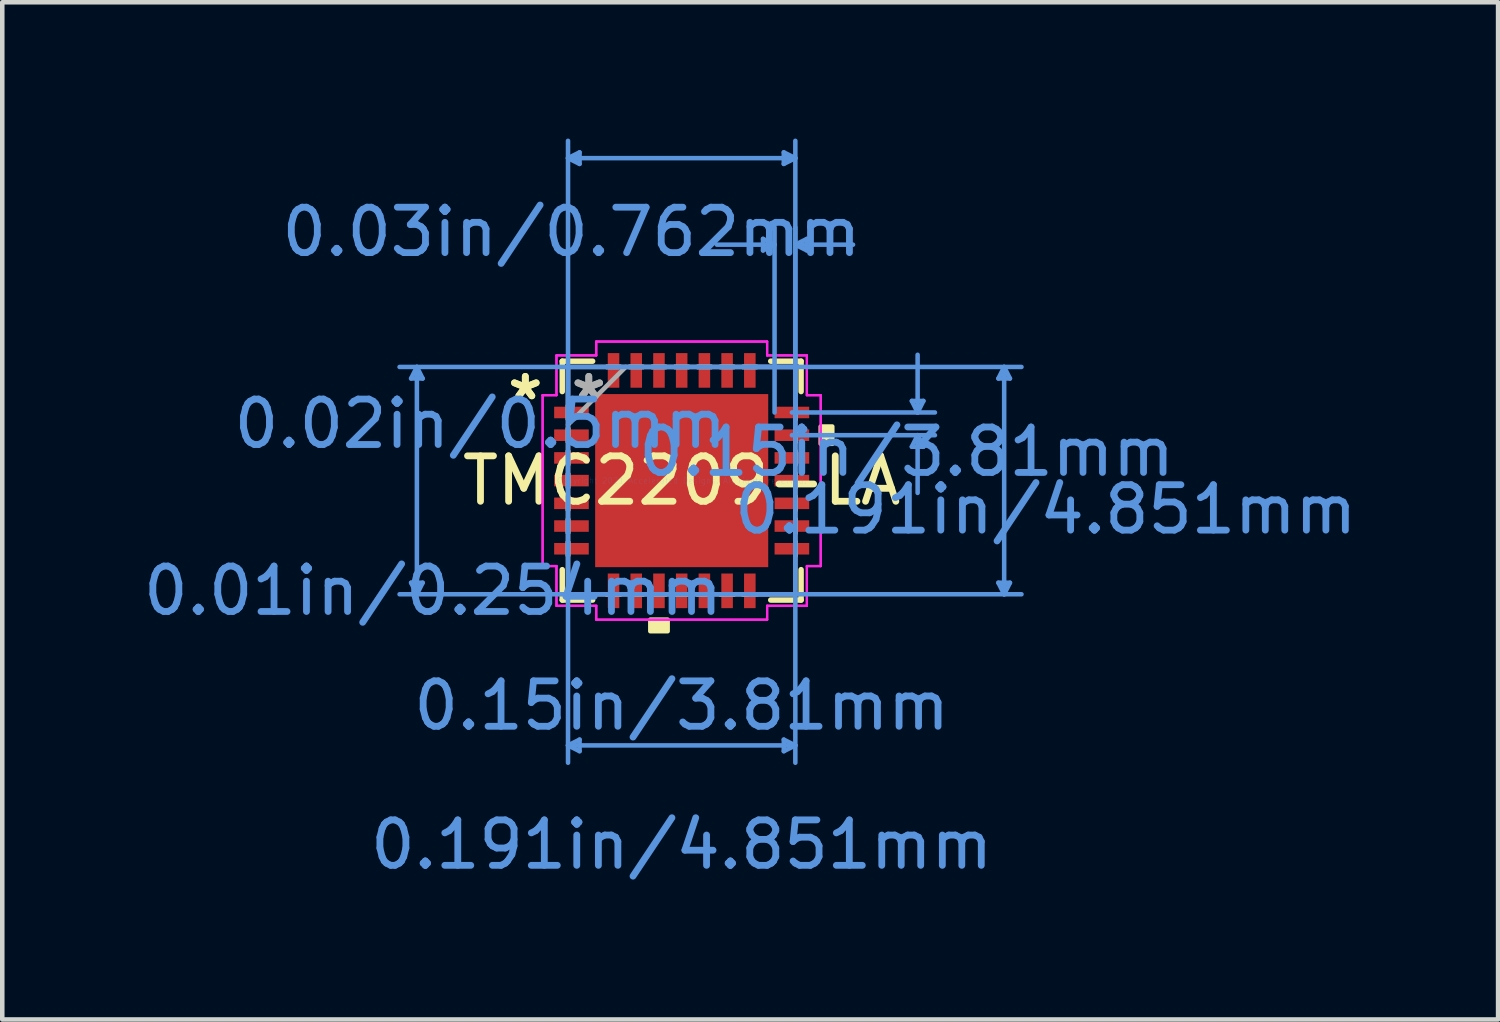
<source format=kicad_pcb>
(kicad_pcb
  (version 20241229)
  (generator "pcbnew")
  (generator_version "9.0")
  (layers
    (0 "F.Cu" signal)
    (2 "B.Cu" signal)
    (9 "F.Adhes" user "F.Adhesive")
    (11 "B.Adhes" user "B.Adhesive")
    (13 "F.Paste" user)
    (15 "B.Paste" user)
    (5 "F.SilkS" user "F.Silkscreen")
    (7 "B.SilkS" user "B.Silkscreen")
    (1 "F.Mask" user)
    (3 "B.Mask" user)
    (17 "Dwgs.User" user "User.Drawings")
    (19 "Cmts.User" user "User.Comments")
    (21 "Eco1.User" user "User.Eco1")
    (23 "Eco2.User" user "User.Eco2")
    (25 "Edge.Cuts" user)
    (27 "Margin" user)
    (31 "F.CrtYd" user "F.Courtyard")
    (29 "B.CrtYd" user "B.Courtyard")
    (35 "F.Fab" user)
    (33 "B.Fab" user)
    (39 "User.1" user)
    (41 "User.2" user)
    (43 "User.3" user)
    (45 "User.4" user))
  (footprint "TMC2209-LA"
    (layer "F.Cu")
    (at 11.956 7.53)
    (property "Reference" "TMC2209-LA" (at 0 0 0) (layer "F.SilkS") (effects (font (size 1 1) (thickness 0.15))))
    (attr through_hole)
    (fp_line (start -2.629 -2.629) (end -2.629 -1.96) (stroke (width 0.12) (type solid)) (layer "F.SilkS"))
    (fp_line (start -2.629 1.96) (end -2.629 2.629) (stroke (width 0.12) (type solid)) (layer "F.SilkS"))
    (fp_line (start -2.629 2.629) (end -1.96 2.629) (stroke (width 0.12) (type solid)) (layer "F.SilkS"))
    (fp_line (start -1.96 -2.629) (end -2.629 -2.629) (stroke (width 0.12) (type solid)) (layer "F.SilkS"))
    (fp_line (start 1.96 2.629) (end 2.629 2.629) (stroke (width 0.12) (type solid)) (layer "F.SilkS"))
    (fp_line (start 2.629 -2.629) (end 1.96 -2.629) (stroke (width 0.12) (type solid)) (layer "F.SilkS"))
    (fp_line (start 2.629 -1.96) (end 2.629 -2.629) (stroke (width 0.12) (type solid)) (layer "F.SilkS"))
    (fp_line (start 2.629 2.629) (end 2.629 1.96) (stroke (width 0.12) (type solid)) (layer "F.SilkS"))
    (fp_poly (pts (xy -0.69 3.061) (xy -0.69 3.315) (xy -0.309 3.315) (xy -0.309 3.061)) (stroke (width 0.1) (type solid)) (fill yes) (layer "F.SilkS"))
    (fp_poly (pts (xy 3.315 -1.191) (xy 3.315 -0.81) (xy 3.061 -0.81) (xy 3.061 -1.191)) (stroke (width 0.1) (type solid)) (fill yes) (layer "F.SilkS"))
    (fp_poly (pts (xy -1.805 -1.805) (xy -1.805 -0.735) (xy -0.735 -0.735) (xy -0.735 -1.805)) (stroke (width 0.1) (type solid)) (fill yes) (layer "F.Paste"))
    (fp_poly (pts (xy -1.805 -0.535) (xy -1.805 0.535) (xy -0.735 0.535) (xy -0.735 -0.535)) (stroke (width 0.1) (type solid)) (fill yes) (layer "F.Paste"))
    (fp_poly (pts (xy -1.805 0.735) (xy -1.805 1.805) (xy -0.735 1.805) (xy -0.735 0.735)) (stroke (width 0.1) (type solid)) (fill yes) (layer "F.Paste"))
    (fp_poly (pts (xy -0.535 -1.805) (xy -0.535 -0.735) (xy 0.535 -0.735) (xy 0.535 -1.805)) (stroke (width 0.1) (type solid)) (fill yes) (layer "F.Paste"))
    (fp_poly (pts (xy -0.535 -0.535) (xy -0.535 0.535) (xy 0.535 0.535) (xy 0.535 -0.535)) (stroke (width 0.1) (type solid)) (fill yes) (layer "F.Paste"))
    (fp_poly (pts (xy -0.535 0.735) (xy -0.535 1.805) (xy 0.535 1.805) (xy 0.535 0.735)) (stroke (width 0.1) (type solid)) (fill yes) (layer "F.Paste"))
    (fp_poly (pts (xy 0.735 -1.805) (xy 0.735 -0.735) (xy 1.805 -0.735) (xy 1.805 -1.805)) (stroke (width 0.1) (type solid)) (fill yes) (layer "F.Paste"))
    (fp_poly (pts (xy 0.735 -0.535) (xy 0.735 0.535) (xy 1.805 0.535) (xy 1.805 -0.535)) (stroke (width 0.1) (type solid)) (fill yes) (layer "F.Paste"))
    (fp_poly (pts (xy 0.735 0.735) (xy 0.735 1.805) (xy 1.805 1.805) (xy 1.805 0.735)) (stroke (width 0.1) (type solid)) (fill yes) (layer "F.Paste"))
    (fp_line (start -5.956 -2.248) (end -5.702 -2.248) (stroke (width 0.1) (type solid)) (layer "Cmts.User"))
    (fp_line (start -5.956 2.248) (end -5.702 2.248) (stroke (width 0.1) (type solid)) (layer "Cmts.User"))
    (fp_line (start -5.829 -2.502) (end -5.956 -2.248) (stroke (width 0.1) (type solid)) (layer "Cmts.User"))
    (fp_line (start -5.829 -2.502) (end -5.829 2.502) (stroke (width 0.1) (type solid)) (layer "Cmts.User"))
    (fp_line (start -5.829 -2.502) (end -5.702 -2.248) (stroke (width 0.1) (type solid)) (layer "Cmts.User"))
    (fp_line (start -5.829 2.502) (end -5.956 2.248) (stroke (width 0.1) (type solid)) (layer "Cmts.User"))
    (fp_line (start -5.829 2.502) (end -5.702 2.248) (stroke (width 0.1) (type solid)) (layer "Cmts.User"))
    (fp_line (start -2.502 -7.099) (end -2.248 -7.226) (stroke (width 0.1) (type solid)) (layer "Cmts.User"))
    (fp_line (start -2.502 -7.099) (end -2.248 -6.972) (stroke (width 0.1) (type solid)) (layer "Cmts.User"))
    (fp_line (start -2.502 -7.099) (end 2.502 -7.099) (stroke (width 0.1) (type solid)) (layer "Cmts.User"))
    (fp_line (start -2.502 -2.502) (end -2.502 6.21) (stroke (width 0.1) (type solid)) (layer "Cmts.User"))
    (fp_line (start -2.502 -1.5) (end -2.502 -7.48) (stroke (width 0.1) (type solid)) (layer "Cmts.User"))
    (fp_line (start -2.502 5.829) (end -2.248 5.702) (stroke (width 0.1) (type solid)) (layer "Cmts.User"))
    (fp_line (start -2.502 5.829) (end -2.248 5.956) (stroke (width 0.1) (type solid)) (layer "Cmts.User"))
    (fp_line (start -2.502 5.829) (end 2.502 5.829) (stroke (width 0.1) (type solid)) (layer "Cmts.User"))
    (fp_line (start -2.248 -7.226) (end -2.248 -6.972) (stroke (width 0.1) (type solid)) (layer "Cmts.User"))
    (fp_line (start -2.248 5.702) (end -2.248 5.956) (stroke (width 0.1) (type solid)) (layer "Cmts.User"))
    (fp_line (start 1.5 -2.502) (end 7.48 -2.502) (stroke (width 0.1) (type solid)) (layer "Cmts.User"))
    (fp_line (start 1.5 2.502) (end 7.48 2.502) (stroke (width 0.1) (type solid)) (layer "Cmts.User"))
    (fp_line (start 1.791 -5.321) (end 1.791 -5.067) (stroke (width 0.1) (type solid)) (layer "Cmts.User"))
    (fp_line (start 2.045 -5.194) (end 0.775 -5.194) (stroke (width 0.1) (type solid)) (layer "Cmts.User"))
    (fp_line (start 2.045 -5.194) (end 1.791 -5.321) (stroke (width 0.1) (type solid)) (layer "Cmts.User"))
    (fp_line (start 2.045 -5.194) (end 1.791 -5.067) (stroke (width 0.1) (type solid)) (layer "Cmts.User"))
    (fp_line (start 2.045 -1.5) (end 2.045 -5.575) (stroke (width 0.1) (type solid)) (layer "Cmts.User"))
    (fp_line (start 2.248 -7.226) (end 2.248 -6.972) (stroke (width 0.1) (type solid)) (layer "Cmts.User"))
    (fp_line (start 2.248 5.702) (end 2.248 5.956) (stroke (width 0.1) (type solid)) (layer "Cmts.User"))
    (fp_line (start 2.426 -1.5) (end 5.575 -1.5) (stroke (width 0.1) (type solid)) (layer "Cmts.User"))
    (fp_line (start 2.426 -1) (end 5.575 -1) (stroke (width 0.1) (type solid)) (layer "Cmts.User"))
    (fp_line (start 2.502 -7.099) (end 2.248 -7.226) (stroke (width 0.1) (type solid)) (layer "Cmts.User"))
    (fp_line (start 2.502 -7.099) (end 2.248 -6.972) (stroke (width 0.1) (type solid)) (layer "Cmts.User"))
    (fp_line (start 2.502 -5.194) (end 2.756 -5.321) (stroke (width 0.1) (type solid)) (layer "Cmts.User"))
    (fp_line (start 2.502 -5.194) (end 2.756 -5.067) (stroke (width 0.1) (type solid)) (layer "Cmts.User"))
    (fp_line (start 2.502 -5.194) (end 3.772 -5.194) (stroke (width 0.1) (type solid)) (layer "Cmts.User"))
    (fp_line (start 2.502 -2.502) (end -6.21 -2.502) (stroke (width 0.1) (type solid)) (layer "Cmts.User"))
    (fp_line (start 2.502 -2.502) (end 2.502 6.21) (stroke (width 0.1) (type solid)) (layer "Cmts.User"))
    (fp_line (start 2.502 -1.5) (end 2.502 -7.48) (stroke (width 0.1) (type solid)) (layer "Cmts.User"))
    (fp_line (start 2.502 -1.5) (end 2.502 -5.575) (stroke (width 0.1) (type solid)) (layer "Cmts.User"))
    (fp_line (start 2.502 2.502) (end -6.21 2.502) (stroke (width 0.1) (type solid)) (layer "Cmts.User"))
    (fp_line (start 2.502 5.829) (end 2.248 5.702) (stroke (width 0.1) (type solid)) (layer "Cmts.User"))
    (fp_line (start 2.502 5.829) (end 2.248 5.956) (stroke (width 0.1) (type solid)) (layer "Cmts.User"))
    (fp_line (start 2.756 -5.321) (end 2.756 -5.067) (stroke (width 0.1) (type solid)) (layer "Cmts.User"))
    (fp_line (start 5.067 -1.754) (end 5.321 -1.754) (stroke (width 0.1) (type solid)) (layer "Cmts.User"))
    (fp_line (start 5.067 -0.746) (end 5.321 -0.746) (stroke (width 0.1) (type solid)) (layer "Cmts.User"))
    (fp_line (start 5.194 -1.5) (end 5.067 -1.754) (stroke (width 0.1) (type solid)) (layer "Cmts.User"))
    (fp_line (start 5.194 -1.5) (end 5.194 -2.77) (stroke (width 0.1) (type solid)) (layer "Cmts.User"))
    (fp_line (start 5.194 -1.5) (end 5.321 -1.754) (stroke (width 0.1) (type solid)) (layer "Cmts.User"))
    (fp_line (start 5.194 -1) (end 5.067 -0.746) (stroke (width 0.1) (type solid)) (layer "Cmts.User"))
    (fp_line (start 5.194 -1) (end 5.194 0.27) (stroke (width 0.1) (type solid)) (layer "Cmts.User"))
    (fp_line (start 5.194 -1) (end 5.321 -0.746) (stroke (width 0.1) (type solid)) (layer "Cmts.User"))
    (fp_line (start 6.972 -2.248) (end 7.226 -2.248) (stroke (width 0.1) (type solid)) (layer "Cmts.User"))
    (fp_line (start 6.972 2.248) (end 7.226 2.248) (stroke (width 0.1) (type solid)) (layer "Cmts.User"))
    (fp_line (start 7.099 -2.502) (end 6.972 -2.248) (stroke (width 0.1) (type solid)) (layer "Cmts.User"))
    (fp_line (start 7.099 -2.502) (end 7.099 2.502) (stroke (width 0.1) (type solid)) (layer "Cmts.User"))
    (fp_line (start 7.099 -2.502) (end 7.226 -2.248) (stroke (width 0.1) (type solid)) (layer "Cmts.User"))
    (fp_line (start 7.099 2.502) (end 6.972 2.248) (stroke (width 0.1) (type solid)) (layer "Cmts.User"))
    (fp_line (start 7.099 2.502) (end 7.226 2.248) (stroke (width 0.1) (type solid)) (layer "Cmts.User"))
    (fp_line (start -3.061 -1.881) (end -2.756 -1.881) (stroke (width 0.05) (type solid)) (layer "F.CrtYd"))
    (fp_line (start -3.061 -1.881) (end -2.756 -1.881) (stroke (width 0.05) (type solid)) (layer "F.CrtYd"))
    (fp_line (start -3.061 1.881) (end -3.061 -1.881) (stroke (width 0.05) (type solid)) (layer "F.CrtYd"))
    (fp_line (start -3.061 1.881) (end -3.061 -1.881) (stroke (width 0.05) (type solid)) (layer "F.CrtYd"))
    (fp_line (start -2.756 -2.756) (end -1.881 -2.756) (stroke (width 0.05) (type solid)) (layer "F.CrtYd"))
    (fp_line (start -2.756 -2.756) (end -1.881 -2.756) (stroke (width 0.05) (type solid)) (layer "F.CrtYd"))
    (fp_line (start -2.756 -1.881) (end -2.756 -2.756) (stroke (width 0.05) (type solid)) (layer "F.CrtYd"))
    (fp_line (start -2.756 -1.881) (end -2.756 -2.756) (stroke (width 0.05) (type solid)) (layer "F.CrtYd"))
    (fp_line (start -2.756 1.881) (end -3.061 1.881) (stroke (width 0.05) (type solid)) (layer "F.CrtYd"))
    (fp_line (start -2.756 1.881) (end -3.061 1.881) (stroke (width 0.05) (type solid)) (layer "F.CrtYd"))
    (fp_line (start -2.756 2.756) (end -2.756 1.881) (stroke (width 0.05) (type solid)) (layer "F.CrtYd"))
    (fp_line (start -2.756 2.756) (end -2.756 1.881) (stroke (width 0.05) (type solid)) (layer "F.CrtYd"))
    (fp_line (start -1.881 -3.061) (end 1.881 -3.061) (stroke (width 0.05) (type solid)) (layer "F.CrtYd"))
    (fp_line (start -1.881 -3.061) (end 1.881 -3.061) (stroke (width 0.05) (type solid)) (layer "F.CrtYd"))
    (fp_line (start -1.881 -2.756) (end -1.881 -3.061) (stroke (width 0.05) (type solid)) (layer "F.CrtYd"))
    (fp_line (start -1.881 -2.756) (end -1.881 -3.061) (stroke (width 0.05) (type solid)) (layer "F.CrtYd"))
    (fp_line (start -1.881 2.756) (end -2.756 2.756) (stroke (width 0.05) (type solid)) (layer "F.CrtYd"))
    (fp_line (start -1.881 2.756) (end -2.756 2.756) (stroke (width 0.05) (type solid)) (layer "F.CrtYd"))
    (fp_line (start -1.881 3.061) (end -1.881 2.756) (stroke (width 0.05) (type solid)) (layer "F.CrtYd"))
    (fp_line (start -1.881 3.061) (end -1.881 2.756) (stroke (width 0.05) (type solid)) (layer "F.CrtYd"))
    (fp_line (start 1.881 -3.061) (end 1.881 -2.756) (stroke (width 0.05) (type solid)) (layer "F.CrtYd"))
    (fp_line (start 1.881 -3.061) (end 1.881 -2.756) (stroke (width 0.05) (type solid)) (layer "F.CrtYd"))
    (fp_line (start 1.881 -2.756) (end 2.756 -2.756) (stroke (width 0.05) (type solid)) (layer "F.CrtYd"))
    (fp_line (start 1.881 -2.756) (end 2.756 -2.756) (stroke (width 0.05) (type solid)) (layer "F.CrtYd"))
    (fp_line (start 1.881 2.756) (end 1.881 3.061) (stroke (width 0.05) (type solid)) (layer "F.CrtYd"))
    (fp_line (start 1.881 2.756) (end 1.881 3.061) (stroke (width 0.05) (type solid)) (layer "F.CrtYd"))
    (fp_line (start 1.881 3.061) (end -1.881 3.061) (stroke (width 0.05) (type solid)) (layer "F.CrtYd"))
    (fp_line (start 1.881 3.061) (end -1.881 3.061) (stroke (width 0.05) (type solid)) (layer "F.CrtYd"))
    (fp_line (start 2.756 -2.756) (end 2.756 -1.881) (stroke (width 0.05) (type solid)) (layer "F.CrtYd"))
    (fp_line (start 2.756 -2.756) (end 2.756 -1.881) (stroke (width 0.05) (type solid)) (layer "F.CrtYd"))
    (fp_line (start 2.756 -1.881) (end 3.061 -1.881) (stroke (width 0.05) (type solid)) (layer "F.CrtYd"))
    (fp_line (start 2.756 -1.881) (end 3.061 -1.881) (stroke (width 0.05) (type solid)) (layer "F.CrtYd"))
    (fp_line (start 2.756 1.881) (end 2.756 2.756) (stroke (width 0.05) (type solid)) (layer "F.CrtYd"))
    (fp_line (start 2.756 1.881) (end 2.756 2.756) (stroke (width 0.05) (type solid)) (layer "F.CrtYd"))
    (fp_line (start 2.756 2.756) (end 1.881 2.756) (stroke (width 0.05) (type solid)) (layer "F.CrtYd"))
    (fp_line (start 2.756 2.756) (end 1.881 2.756) (stroke (width 0.05) (type solid)) (layer "F.CrtYd"))
    (fp_line (start 3.061 -1.881) (end 3.061 1.881) (stroke (width 0.05) (type solid)) (layer "F.CrtYd"))
    (fp_line (start 3.061 -1.881) (end 3.061 1.881) (stroke (width 0.05) (type solid)) (layer "F.CrtYd"))
    (fp_line (start 3.061 1.881) (end 2.756 1.881) (stroke (width 0.05) (type solid)) (layer "F.CrtYd"))
    (fp_line (start 3.061 1.881) (end 2.756 1.881) (stroke (width 0.05) (type solid)) (layer "F.CrtYd"))
    (fp_line (start -2.502 -2.502) (end -2.502 -2.502) (stroke (width 0.1) (type solid)) (layer "F.Fab"))
    (fp_line (start -2.502 -2.502) (end -2.502 2.502) (stroke (width 0.1) (type solid)) (layer "F.Fab"))
    (fp_line (start -2.502 -1.652) (end -2.502 -1.652) (stroke (width 0.1) (type solid)) (layer "F.Fab"))
    (fp_line (start -2.502 -1.652) (end -2.502 -1.348) (stroke (width 0.1) (type solid)) (layer "F.Fab"))
    (fp_line (start -2.502 -1.348) (end -2.502 -1.652) (stroke (width 0.1) (type solid)) (layer "F.Fab"))
    (fp_line (start -2.502 -1.348) (end -2.502 -1.348) (stroke (width 0.1) (type solid)) (layer "F.Fab"))
    (fp_line (start -2.502 -1.232) (end -1.232 -2.502) (stroke (width 0.1) (type solid)) (layer "F.Fab"))
    (fp_line (start -2.502 -1.152) (end -2.502 -1.152) (stroke (width 0.1) (type solid)) (layer "F.Fab"))
    (fp_line (start -2.502 -1.152) (end -2.502 -0.848) (stroke (width 0.1) (type solid)) (layer "F.Fab"))
    (fp_line (start -2.502 -0.848) (end -2.502 -1.152) (stroke (width 0.1) (type solid)) (layer "F.Fab"))
    (fp_line (start -2.502 -0.848) (end -2.502 -0.848) (stroke (width 0.1) (type solid)) (layer "F.Fab"))
    (fp_line (start -2.502 -0.652) (end -2.502 -0.652) (stroke (width 0.1) (type solid)) (layer "F.Fab"))
    (fp_line (start -2.502 -0.652) (end -2.502 -0.348) (stroke (width 0.1) (type solid)) (layer "F.Fab"))
    (fp_line (start -2.502 -0.348) (end -2.502 -0.652) (stroke (width 0.1) (type solid)) (layer "F.Fab"))
    (fp_line (start -2.502 -0.348) (end -2.502 -0.348) (stroke (width 0.1) (type solid)) (layer "F.Fab"))
    (fp_line (start -2.502 -0.152) (end -2.502 -0.152) (stroke (width 0.1) (type solid)) (layer "F.Fab"))
    (fp_line (start -2.502 -0.152) (end -2.502 0.152) (stroke (width 0.1) (type solid)) (layer "F.Fab"))
    (fp_line (start -2.502 0.152) (end -2.502 -0.152) (stroke (width 0.1) (type solid)) (layer "F.Fab"))
    (fp_line (start -2.502 0.152) (end -2.502 0.152) (stroke (width 0.1) (type solid)) (layer "F.Fab"))
    (fp_line (start -2.502 0.348) (end -2.502 0.348) (stroke (width 0.1) (type solid)) (layer "F.Fab"))
    (fp_line (start -2.502 0.348) (end -2.502 0.652) (stroke (width 0.1) (type solid)) (layer "F.Fab"))
    (fp_line (start -2.502 0.652) (end -2.502 0.348) (stroke (width 0.1) (type solid)) (layer "F.Fab"))
    (fp_line (start -2.502 0.652) (end -2.502 0.652) (stroke (width 0.1) (type solid)) (layer "F.Fab"))
    (fp_line (start -2.502 0.848) (end -2.502 0.848) (stroke (width 0.1) (type solid)) (layer "F.Fab"))
    (fp_line (start -2.502 0.848) (end -2.502 1.152) (stroke (width 0.1) (type solid)) (layer "F.Fab"))
    (fp_line (start -2.502 1.152) (end -2.502 0.848) (stroke (width 0.1) (type solid)) (layer "F.Fab"))
    (fp_line (start -2.502 1.152) (end -2.502 1.152) (stroke (width 0.1) (type solid)) (layer "F.Fab"))
    (fp_line (start -2.502 1.348) (end -2.502 1.348) (stroke (width 0.1) (type solid)) (layer "F.Fab"))
    (fp_line (start -2.502 1.348) (end -2.502 1.652) (stroke (width 0.1) (type solid)) (layer "F.Fab"))
    (fp_line (start -2.502 1.652) (end -2.502 1.348) (stroke (width 0.1) (type solid)) (layer "F.Fab"))
    (fp_line (start -2.502 1.652) (end -2.502 1.652) (stroke (width 0.1) (type solid)) (layer "F.Fab"))
    (fp_line (start -2.502 2.502) (end -2.502 2.502) (stroke (width 0.1) (type solid)) (layer "F.Fab"))
    (fp_line (start -2.502 2.502) (end 2.502 2.502) (stroke (width 0.1) (type solid)) (layer "F.Fab"))
    (fp_line (start -1.652 -2.502) (end -1.652 -2.502) (stroke (width 0.1) (type solid)) (layer "F.Fab"))
    (fp_line (start -1.652 -2.502) (end -1.348 -2.502) (stroke (width 0.1) (type solid)) (layer "F.Fab"))
    (fp_line (start -1.652 2.502) (end -1.652 2.502) (stroke (width 0.1) (type solid)) (layer "F.Fab"))
    (fp_line (start -1.652 2.502) (end -1.348 2.502) (stroke (width 0.1) (type solid)) (layer "F.Fab"))
    (fp_line (start -1.348 -2.502) (end -1.652 -2.502) (stroke (width 0.1) (type solid)) (layer "F.Fab"))
    (fp_line (start -1.348 -2.502) (end -1.348 -2.502) (stroke (width 0.1) (type solid)) (layer "F.Fab"))
    (fp_line (start -1.348 2.502) (end -1.652 2.502) (stroke (width 0.1) (type solid)) (layer "F.Fab"))
    (fp_line (start -1.348 2.502) (end -1.348 2.502) (stroke (width 0.1) (type solid)) (layer "F.Fab"))
    (fp_line (start -1.152 -2.502) (end -1.152 -2.502) (stroke (width 0.1) (type solid)) (layer "F.Fab"))
    (fp_line (start -1.152 -2.502) (end -0.848 -2.502) (stroke (width 0.1) (type solid)) (layer "F.Fab"))
    (fp_line (start -1.152 2.502) (end -1.152 2.502) (stroke (width 0.1) (type solid)) (layer "F.Fab"))
    (fp_line (start -1.152 2.502) (end -0.848 2.502) (stroke (width 0.1) (type solid)) (layer "F.Fab"))
    (fp_line (start -0.848 -2.502) (end -1.152 -2.502) (stroke (width 0.1) (type solid)) (layer "F.Fab"))
    (fp_line (start -0.848 -2.502) (end -0.848 -2.502) (stroke (width 0.1) (type solid)) (layer "F.Fab"))
    (fp_line (start -0.848 2.502) (end -1.152 2.502) (stroke (width 0.1) (type solid)) (layer "F.Fab"))
    (fp_line (start -0.848 2.502) (end -0.848 2.502) (stroke (width 0.1) (type solid)) (layer "F.Fab"))
    (fp_line (start -0.652 -2.502) (end -0.652 -2.502) (stroke (width 0.1) (type solid)) (layer "F.Fab"))
    (fp_line (start -0.652 -2.502) (end -0.348 -2.502) (stroke (width 0.1) (type solid)) (layer "F.Fab"))
    (fp_line (start -0.652 2.502) (end -0.652 2.502) (stroke (width 0.1) (type solid)) (layer "F.Fab"))
    (fp_line (start -0.652 2.502) (end -0.348 2.502) (stroke (width 0.1) (type solid)) (layer "F.Fab"))
    (fp_line (start -0.348 -2.502) (end -0.652 -2.502) (stroke (width 0.1) (type solid)) (layer "F.Fab"))
    (fp_line (start -0.348 -2.502) (end -0.348 -2.502) (stroke (width 0.1) (type solid)) (layer "F.Fab"))
    (fp_line (start -0.348 2.502) (end -0.652 2.502) (stroke (width 0.1) (type solid)) (layer "F.Fab"))
    (fp_line (start -0.348 2.502) (end -0.348 2.502) (stroke (width 0.1) (type solid)) (layer "F.Fab"))
    (fp_line (start -0.152 -2.502) (end -0.152 -2.502) (stroke (width 0.1) (type solid)) (layer "F.Fab"))
    (fp_line (start -0.152 -2.502) (end 0.152 -2.502) (stroke (width 0.1) (type solid)) (layer "F.Fab"))
    (fp_line (start -0.152 2.502) (end -0.152 2.502) (stroke (width 0.1) (type solid)) (layer "F.Fab"))
    (fp_line (start -0.152 2.502) (end 0.152 2.502) (stroke (width 0.1) (type solid)) (layer "F.Fab"))
    (fp_line (start 0.152 -2.502) (end -0.152 -2.502) (stroke (width 0.1) (type solid)) (layer "F.Fab"))
    (fp_line (start 0.152 -2.502) (end 0.152 -2.502) (stroke (width 0.1) (type solid)) (layer "F.Fab"))
    (fp_line (start 0.152 2.502) (end -0.152 2.502) (stroke (width 0.1) (type solid)) (layer "F.Fab"))
    (fp_line (start 0.152 2.502) (end 0.152 2.502) (stroke (width 0.1) (type solid)) (layer "F.Fab"))
    (fp_line (start 0.348 -2.502) (end 0.348 -2.502) (stroke (width 0.1) (type solid)) (layer "F.Fab"))
    (fp_line (start 0.348 -2.502) (end 0.652 -2.502) (stroke (width 0.1) (type solid)) (layer "F.Fab"))
    (fp_line (start 0.348 2.502) (end 0.348 2.502) (stroke (width 0.1) (type solid)) (layer "F.Fab"))
    (fp_line (start 0.348 2.502) (end 0.652 2.502) (stroke (width 0.1) (type solid)) (layer "F.Fab"))
    (fp_line (start 0.652 -2.502) (end 0.348 -2.502) (stroke (width 0.1) (type solid)) (layer "F.Fab"))
    (fp_line (start 0.652 -2.502) (end 0.652 -2.502) (stroke (width 0.1) (type solid)) (layer "F.Fab"))
    (fp_line (start 0.652 2.502) (end 0.348 2.502) (stroke (width 0.1) (type solid)) (layer "F.Fab"))
    (fp_line (start 0.652 2.502) (end 0.652 2.502) (stroke (width 0.1) (type solid)) (layer "F.Fab"))
    (fp_line (start 0.848 -2.502) (end 0.848 -2.502) (stroke (width 0.1) (type solid)) (layer "F.Fab"))
    (fp_line (start 0.848 -2.502) (end 1.152 -2.502) (stroke (width 0.1) (type solid)) (layer "F.Fab"))
    (fp_line (start 0.848 2.502) (end 0.848 2.502) (stroke (width 0.1) (type solid)) (layer "F.Fab"))
    (fp_line (start 0.848 2.502) (end 1.152 2.502) (stroke (width 0.1) (type solid)) (layer "F.Fab"))
    (fp_line (start 1.152 -2.502) (end 0.848 -2.502) (stroke (width 0.1) (type solid)) (layer "F.Fab"))
    (fp_line (start 1.152 -2.502) (end 1.152 -2.502) (stroke (width 0.1) (type solid)) (layer "F.Fab"))
    (fp_line (start 1.152 2.502) (end 0.848 2.502) (stroke (width 0.1) (type solid)) (layer "F.Fab"))
    (fp_line (start 1.152 2.502) (end 1.152 2.502) (stroke (width 0.1) (type solid)) (layer "F.Fab"))
    (fp_line (start 1.348 -2.502) (end 1.348 -2.502) (stroke (width 0.1) (type solid)) (layer "F.Fab"))
    (fp_line (start 1.348 -2.502) (end 1.652 -2.502) (stroke (width 0.1) (type solid)) (layer "F.Fab"))
    (fp_line (start 1.348 2.502) (end 1.348 2.502) (stroke (width 0.1) (type solid)) (layer "F.Fab"))
    (fp_line (start 1.348 2.502) (end 1.652 2.502) (stroke (width 0.1) (type solid)) (layer "F.Fab"))
    (fp_line (start 1.652 -2.502) (end 1.348 -2.502) (stroke (width 0.1) (type solid)) (layer "F.Fab"))
    (fp_line (start 1.652 -2.502) (end 1.652 -2.502) (stroke (width 0.1) (type solid)) (layer "F.Fab"))
    (fp_line (start 1.652 2.502) (end 1.348 2.502) (stroke (width 0.1) (type solid)) (layer "F.Fab"))
    (fp_line (start 1.652 2.502) (end 1.652 2.502) (stroke (width 0.1) (type solid)) (layer "F.Fab"))
    (fp_line (start 2.502 -2.502) (end -2.502 -2.502) (stroke (width 0.1) (type solid)) (layer "F.Fab"))
    (fp_line (start 2.502 -2.502) (end 2.502 -2.502) (stroke (width 0.1) (type solid)) (layer "F.Fab"))
    (fp_line (start 2.502 -1.652) (end 2.502 -1.652) (stroke (width 0.1) (type solid)) (layer "F.Fab"))
    (fp_line (start 2.502 -1.652) (end 2.502 -1.348) (stroke (width 0.1) (type solid)) (layer "F.Fab"))
    (fp_line (start 2.502 -1.348) (end 2.502 -1.652) (stroke (width 0.1) (type solid)) (layer "F.Fab"))
    (fp_line (start 2.502 -1.348) (end 2.502 -1.348) (stroke (width 0.1) (type solid)) (layer "F.Fab"))
    (fp_line (start 2.502 -1.152) (end 2.502 -1.152) (stroke (width 0.1) (type solid)) (layer "F.Fab"))
    (fp_line (start 2.502 -1.152) (end 2.502 -0.848) (stroke (width 0.1) (type solid)) (layer "F.Fab"))
    (fp_line (start 2.502 -0.848) (end 2.502 -1.152) (stroke (width 0.1) (type solid)) (layer "F.Fab"))
    (fp_line (start 2.502 -0.848) (end 2.502 -0.848) (stroke (width 0.1) (type solid)) (layer "F.Fab"))
    (fp_line (start 2.502 -0.652) (end 2.502 -0.652) (stroke (width 0.1) (type solid)) (layer "F.Fab"))
    (fp_line (start 2.502 -0.652) (end 2.502 -0.348) (stroke (width 0.1) (type solid)) (layer "F.Fab"))
    (fp_line (start 2.502 -0.348) (end 2.502 -0.652) (stroke (width 0.1) (type solid)) (layer "F.Fab"))
    (fp_line (start 2.502 -0.348) (end 2.502 -0.348) (stroke (width 0.1) (type solid)) (layer "F.Fab"))
    (fp_line (start 2.502 -0.152) (end 2.502 -0.152) (stroke (width 0.1) (type solid)) (layer "F.Fab"))
    (fp_line (start 2.502 -0.152) (end 2.502 0.152) (stroke (width 0.1) (type solid)) (layer "F.Fab"))
    (fp_line (start 2.502 0.152) (end 2.502 -0.152) (stroke (width 0.1) (type solid)) (layer "F.Fab"))
    (fp_line (start 2.502 0.152) (end 2.502 0.152) (stroke (width 0.1) (type solid)) (layer "F.Fab"))
    (fp_line (start 2.502 0.348) (end 2.502 0.348) (stroke (width 0.1) (type solid)) (layer "F.Fab"))
    (fp_line (start 2.502 0.348) (end 2.502 0.652) (stroke (width 0.1) (type solid)) (layer "F.Fab"))
    (fp_line (start 2.502 0.652) (end 2.502 0.348) (stroke (width 0.1) (type solid)) (layer "F.Fab"))
    (fp_line (start 2.502 0.652) (end 2.502 0.652) (stroke (width 0.1) (type solid)) (layer "F.Fab"))
    (fp_line (start 2.502 0.848) (end 2.502 0.848) (stroke (width 0.1) (type solid)) (layer "F.Fab"))
    (fp_line (start 2.502 0.848) (end 2.502 1.152) (stroke (width 0.1) (type solid)) (layer "F.Fab"))
    (fp_line (start 2.502 1.152) (end 2.502 0.848) (stroke (width 0.1) (type solid)) (layer "F.Fab"))
    (fp_line (start 2.502 1.152) (end 2.502 1.152) (stroke (width 0.1) (type solid)) (layer "F.Fab"))
    (fp_line (start 2.502 1.348) (end 2.502 1.348) (stroke (width 0.1) (type solid)) (layer "F.Fab"))
    (fp_line (start 2.502 1.348) (end 2.502 1.652) (stroke (width 0.1) (type solid)) (layer "F.Fab"))
    (fp_line (start 2.502 1.652) (end 2.502 1.348) (stroke (width 0.1) (type solid)) (layer "F.Fab"))
    (fp_line (start 2.502 1.652) (end 2.502 1.652) (stroke (width 0.1) (type solid)) (layer "F.Fab"))
    (fp_line (start 2.502 2.502) (end 2.502 -2.502) (stroke (width 0.1) (type solid)) (layer "F.Fab"))
    (fp_line (start 2.502 2.502) (end 2.502 2.502) (stroke (width 0.1) (type solid)) (layer "F.Fab"))
    (fp_text user "*" (at -3.442 -1.75 0) (layer "F.SilkS") (effects (font (size 1 1) (thickness 0.15))))
    (fp_text user "*" (at -3.442 -1.75 0) (layer "F.SilkS") (effects (font (size 1 1) (thickness 0.15))))
    (fp_text user "0.15in/3.81mm" (at 4.953 -0.635 0) (layer "Cmts.User") (effects (font (size 1 1) (thickness 0.15))))
    (fp_text user "0.191in/4.851mm" (at 8.014 0.635 0) (layer "Cmts.User") (effects (font (size 1 1) (thickness 0.15))))
    (fp_text user "0.02in/0.5mm" (at -4.432 -1.25 0) (layer "Cmts.User") (effects (font (size 1 1) (thickness 0.15))))
    (fp_text user "0.01in/0.254mm" (at -5.474 2.426 0) (layer "Cmts.User") (effects (font (size 1 1) (thickness 0.15))))
    (fp_text user "0.03in/0.762mm" (at -2.426 -5.474 0) (layer "Cmts.User") (effects (font (size 1 1) (thickness 0.15))))
    (fp_text user "0.15in/3.81mm" (at 0 4.953 0) (layer "Cmts.User") (effects (font (size 1 1) (thickness 0.15))))
    (fp_text user "0.191in/4.851mm" (at 0 8.014 0) (layer "Cmts.User") (effects (font (size 1 1) (thickness 0.15))))
    (fp_text user "Copyright 2021 Accelerated Designs. All rights reserved." (at 0 0 0) (layer "Cmts.User") (effects (font (size 0.127 0.127) (thickness 0.002))))
    (fp_text user "*" (at -2.045 -1.75 0) (layer "F.Fab") (effects (font (size 1 1) (thickness 0.15))))
    (fp_text user "*" (at -2.045 -1.75 0) (layer "F.Fab") (effects (font (size 1 1) (thickness 0.15))))
    (pad "1" smd rect (at -2.426 -1.5 90) (size 0.254 0.762) (layers "F.Cu" "F.Mask" "F.Paste"))
    (pad "2" smd rect (at -2.426 -1 90) (size 0.254 0.762) (layers "F.Cu" "F.Mask" "F.Paste"))
    (pad "3" smd rect (at -2.426 -0.5 90) (size 0.254 0.762) (layers "F.Cu" "F.Mask" "F.Paste"))
    (pad "4" smd rect (at -2.426 0 90) (size 0.254 0.762) (layers "F.Cu" "F.Mask" "F.Paste"))
    (pad "5" smd rect (at -2.426 0.5 90) (size 0.254 0.762) (layers "F.Cu" "F.Mask" "F.Paste"))
    (pad "6" smd rect (at -2.426 1 90) (size 0.254 0.762) (layers "F.Cu" "F.Mask" "F.Paste"))
    (pad "7" smd rect (at -2.426 1.5 90) (size 0.254 0.762) (layers "F.Cu" "F.Mask" "F.Paste"))
    (pad "8" smd rect (at -1.5 2.426) (size 0.254 0.762) (layers "F.Cu" "F.Mask" "F.Paste"))
    (pad "9" smd rect (at -1 2.426) (size 0.254 0.762) (layers "F.Cu" "F.Mask" "F.Paste"))
    (pad "10" smd rect (at -0.5 2.426) (size 0.254 0.762) (layers "F.Cu" "F.Mask" "F.Paste"))
    (pad "11" smd rect (at 0 2.426) (size 0.254 0.762) (layers "F.Cu" "F.Mask" "F.Paste"))
    (pad "12" smd rect (at 0.5 2.426) (size 0.254 0.762) (layers "F.Cu" "F.Mask" "F.Paste"))
    (pad "13" smd rect (at 1 2.426) (size 0.254 0.762) (layers "F.Cu" "F.Mask" "F.Paste"))
    (pad "14" smd rect (at 1.5 2.426) (size 0.254 0.762) (layers "F.Cu" "F.Mask" "F.Paste"))
    (pad "15" smd rect (at 2.426 1.5 90) (size 0.254 0.762) (layers "F.Cu" "F.Mask" "F.Paste"))
    (pad "16" smd rect (at 2.426 1 90) (size 0.254 0.762) (layers "F.Cu" "F.Mask" "F.Paste"))
    (pad "17" smd rect (at 2.426 0.5 90) (size 0.254 0.762) (layers "F.Cu" "F.Mask" "F.Paste"))
    (pad "18" smd rect (at 2.426 0 90) (size 0.254 0.762) (layers "F.Cu" "F.Mask" "F.Paste"))
    (pad "19" smd rect (at 2.426 -0.5 90) (size 0.254 0.762) (layers "F.Cu" "F.Mask" "F.Paste"))
    (pad "20" smd rect (at 2.426 -1 90) (size 0.254 0.762) (layers "F.Cu" "F.Mask" "F.Paste"))
    (pad "21" smd rect (at 2.426 -1.5 90) (size 0.254 0.762) (layers "F.Cu" "F.Mask" "F.Paste"))
    (pad "22" smd rect (at 1.5 -2.426) (size 0.254 0.762) (layers "F.Cu" "F.Mask" "F.Paste"))
    (pad "23" smd rect (at 1 -2.426) (size 0.254 0.762) (layers "F.Cu" "F.Mask" "F.Paste"))
    (pad "24" smd rect (at 0.5 -2.426) (size 0.254 0.762) (layers "F.Cu" "F.Mask" "F.Paste"))
    (pad "25" smd rect (at 0 -2.426) (size 0.254 0.762) (layers "F.Cu" "F.Mask" "F.Paste"))
    (pad "26" smd rect (at -0.5 -2.426) (size 0.254 0.762) (layers "F.Cu" "F.Mask" "F.Paste"))
    (pad "27" smd rect (at -1 -2.426) (size 0.254 0.762) (layers "F.Cu" "F.Mask" "F.Paste"))
    (pad "28" smd rect (at -1.5 -2.426) (size 0.254 0.762) (layers "F.Cu" "F.Mask" "F.Paste"))
    (pad "29" smd rect (at 0 0) (size 3.81 3.81) (layers "F.Cu" "F.Mask")))
  (gr_rect
    (start -3 -3)
    (end 29.928 19.392)
    (stroke (width 0.1) (type default))
    (fill no)
    (layer "Edge.Cuts")))
</source>
